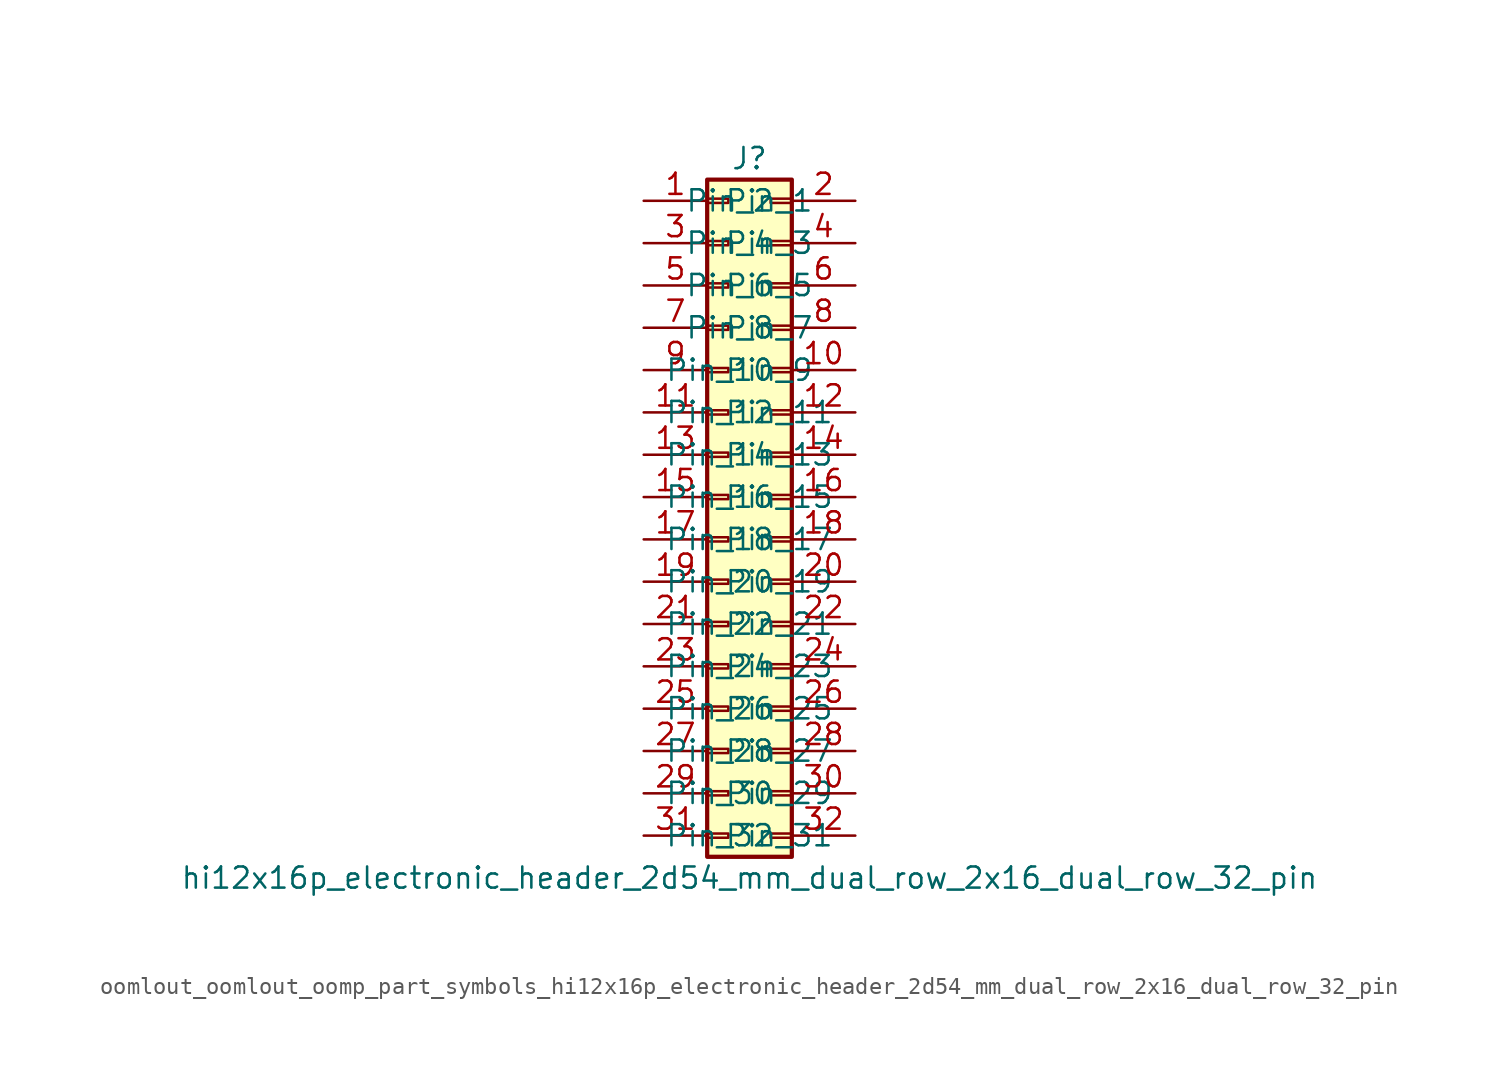
<source format=kicad_sym>
(kicad_symbol_lib
  (version 20220914)
  (generator kicad_symbol_editor)
  (symbol "oomlout_oomlout_oomp_part_symbols_hi12x16p_electronic_header_2d54_mm_dual_row_2x16_dual_row_32_pin"
    (pin_names
      (offset 1.016))
    (property "Reference" "J"
      (at 1.27 20.32 0)
      (effects (font (size 1.27 1.27))))
    (property "Value" "hi12x16p_electronic_header_2d54_mm_dual_row_2x16_dual_row_32_pin"
      (at 1.27 -22.86 0)
      (effects (font (size 1.27 1.27))))
    (symbol "oomlout_oomlout_oomp_part_symbols_hi12x16p_electronic_header_2d54_mm_dual_row_2x16_dual_row_32_pin_1_1"
      (rectangle (start -1.27 -20.193) (end 0 -20.447) (stroke (width 0.152) (type default)) (fill (type none)))
      (rectangle (start -1.27 -17.653) (end 0 -17.907) (stroke (width 0.152) (type default)) (fill (type none)))
      (rectangle (start -1.27 -15.113) (end 0 -15.367) (stroke (width 0.152) (type default)) (fill (type none)))
      (rectangle (start -1.27 -12.573) (end 0 -12.827) (stroke (width 0.152) (type default)) (fill (type none)))
      (rectangle (start -1.27 -10.033) (end 0 -10.287) (stroke (width 0.152) (type default)) (fill (type none)))
      (rectangle (start -1.27 -7.493) (end 0 -7.747) (stroke (width 0.152) (type default)) (fill (type none)))
      (rectangle (start -1.27 -4.953) (end 0 -5.207) (stroke (width 0.152) (type default)) (fill (type none)))
      (rectangle (start -1.27 -2.413) (end 0 -2.667) (stroke (width 0.152) (type default)) (fill (type none)))
      (rectangle (start -1.27 0.127) (end 0 -0.127) (stroke (width 0.152) (type default)) (fill (type none)))
      (rectangle (start -1.27 2.667) (end 0 2.413) (stroke (width 0.152) (type default)) (fill (type none)))
      (rectangle (start -1.27 5.207) (end 0 4.953) (stroke (width 0.152) (type default)) (fill (type none)))
      (rectangle (start -1.27 7.747) (end 0 7.493) (stroke (width 0.152) (type default)) (fill (type none)))
      (rectangle (start -1.27 10.287) (end 0 10.033) (stroke (width 0.152) (type default)) (fill (type none)))
      (rectangle (start -1.27 12.827) (end 0 12.573) (stroke (width 0.152) (type default)) (fill (type none)))
      (rectangle (start -1.27 15.367) (end 0 15.113) (stroke (width 0.152) (type default)) (fill (type none)))
      (rectangle (start -1.27 17.907) (end 0 17.653) (stroke (width 0.152) (type default)) (fill (type none)))
      (rectangle (start -1.27 19.05) (end 3.81 -21.59) (stroke (width 0.254) (type default)) (fill (type background)))
      (rectangle (start 3.81 -20.193) (end 2.54 -20.447) (stroke (width 0.152) (type default)) (fill (type none)))
      (rectangle (start 3.81 -17.653) (end 2.54 -17.907) (stroke (width 0.152) (type default)) (fill (type none)))
      (rectangle (start 3.81 -15.113) (end 2.54 -15.367) (stroke (width 0.152) (type default)) (fill (type none)))
      (rectangle (start 3.81 -12.573) (end 2.54 -12.827) (stroke (width 0.152) (type default)) (fill (type none)))
      (rectangle (start 3.81 -10.033) (end 2.54 -10.287) (stroke (width 0.152) (type default)) (fill (type none)))
      (rectangle (start 3.81 -7.493) (end 2.54 -7.747) (stroke (width 0.152) (type default)) (fill (type none)))
      (rectangle (start 3.81 -4.953) (end 2.54 -5.207) (stroke (width 0.152) (type default)) (fill (type none)))
      (rectangle (start 3.81 -2.413) (end 2.54 -2.667) (stroke (width 0.152) (type default)) (fill (type none)))
      (rectangle (start 3.81 0.127) (end 2.54 -0.127) (stroke (width 0.152) (type default)) (fill (type none)))
      (rectangle (start 3.81 2.667) (end 2.54 2.413) (stroke (width 0.152) (type default)) (fill (type none)))
      (rectangle (start 3.81 5.207) (end 2.54 4.953) (stroke (width 0.152) (type default)) (fill (type none)))
      (rectangle (start 3.81 7.747) (end 2.54 7.493) (stroke (width 0.152) (type default)) (fill (type none)))
      (rectangle (start 3.81 10.287) (end 2.54 10.033) (stroke (width 0.152) (type default)) (fill (type none)))
      (rectangle (start 3.81 12.827) (end 2.54 12.573) (stroke (width 0.152) (type default)) (fill (type none)))
      (rectangle (start 3.81 15.367) (end 2.54 15.113) (stroke (width 0.152) (type default)) (fill (type none)))
      (rectangle (start 3.81 17.907) (end 2.54 17.653) (stroke (width 0.152) (type default)) (fill (type none)))
      (pin passive line (at -5.08 17.78 0) (length 3.81) (name "Pin_1" (effects (font (size 1.27 1.27)))) (number "1" (effects (font (size 1.27 1.27)))))
      (pin passive line (at 7.62 7.62 180) (length 3.81) (name "Pin_10" (effects (font (size 1.27 1.27)))) (number "10" (effects (font (size 1.27 1.27)))))
      (pin passive line (at -5.08 5.08 0) (length 3.81) (name "Pin_11" (effects (font (size 1.27 1.27)))) (number "11" (effects (font (size 1.27 1.27)))))
      (pin passive line (at 7.62 5.08 180) (length 3.81) (name "Pin_12" (effects (font (size 1.27 1.27)))) (number "12" (effects (font (size 1.27 1.27)))))
      (pin passive line (at -5.08 2.54 0) (length 3.81) (name "Pin_13" (effects (font (size 1.27 1.27)))) (number "13" (effects (font (size 1.27 1.27)))))
      (pin passive line (at 7.62 2.54 180) (length 3.81) (name "Pin_14" (effects (font (size 1.27 1.27)))) (number "14" (effects (font (size 1.27 1.27)))))
      (pin passive line (at -5.08 0 0) (length 3.81) (name "Pin_15" (effects (font (size 1.27 1.27)))) (number "15" (effects (font (size 1.27 1.27)))))
      (pin passive line (at 7.62 0 180) (length 3.81) (name "Pin_16" (effects (font (size 1.27 1.27)))) (number "16" (effects (font (size 1.27 1.27)))))
      (pin passive line (at -5.08 -2.54 0) (length 3.81) (name "Pin_17" (effects (font (size 1.27 1.27)))) (number "17" (effects (font (size 1.27 1.27)))))
      (pin passive line (at 7.62 -2.54 180) (length 3.81) (name "Pin_18" (effects (font (size 1.27 1.27)))) (number "18" (effects (font (size 1.27 1.27)))))
      (pin passive line (at -5.08 -5.08 0) (length 3.81) (name "Pin_19" (effects (font (size 1.27 1.27)))) (number "19" (effects (font (size 1.27 1.27)))))
      (pin passive line (at 7.62 17.78 180) (length 3.81) (name "Pin_2" (effects (font (size 1.27 1.27)))) (number "2" (effects (font (size 1.27 1.27)))))
      (pin passive line (at 7.62 -5.08 180) (length 3.81) (name "Pin_20" (effects (font (size 1.27 1.27)))) (number "20" (effects (font (size 1.27 1.27)))))
      (pin passive line (at -5.08 -7.62 0) (length 3.81) (name "Pin_21" (effects (font (size 1.27 1.27)))) (number "21" (effects (font (size 1.27 1.27)))))
      (pin passive line (at 7.62 -7.62 180) (length 3.81) (name "Pin_22" (effects (font (size 1.27 1.27)))) (number "22" (effects (font (size 1.27 1.27)))))
      (pin passive line (at -5.08 -10.16 0) (length 3.81) (name "Pin_23" (effects (font (size 1.27 1.27)))) (number "23" (effects (font (size 1.27 1.27)))))
      (pin passive line (at 7.62 -10.16 180) (length 3.81) (name "Pin_24" (effects (font (size 1.27 1.27)))) (number "24" (effects (font (size 1.27 1.27)))))
      (pin passive line (at -5.08 -12.7 0) (length 3.81) (name "Pin_25" (effects (font (size 1.27 1.27)))) (number "25" (effects (font (size 1.27 1.27)))))
      (pin passive line (at 7.62 -12.7 180) (length 3.81) (name "Pin_26" (effects (font (size 1.27 1.27)))) (number "26" (effects (font (size 1.27 1.27)))))
      (pin passive line (at -5.08 -15.24 0) (length 3.81) (name "Pin_27" (effects (font (size 1.27 1.27)))) (number "27" (effects (font (size 1.27 1.27)))))
      (pin passive line (at 7.62 -15.24 180) (length 3.81) (name "Pin_28" (effects (font (size 1.27 1.27)))) (number "28" (effects (font (size 1.27 1.27)))))
      (pin passive line (at -5.08 -17.78 0) (length 3.81) (name "Pin_29" (effects (font (size 1.27 1.27)))) (number "29" (effects (font (size 1.27 1.27)))))
      (pin passive line (at -5.08 15.24 0) (length 3.81) (name "Pin_3" (effects (font (size 1.27 1.27)))) (number "3" (effects (font (size 1.27 1.27)))))
      (pin passive line (at 7.62 -17.78 180) (length 3.81) (name "Pin_30" (effects (font (size 1.27 1.27)))) (number "30" (effects (font (size 1.27 1.27)))))
      (pin passive line (at -5.08 -20.32 0) (length 3.81) (name "Pin_31" (effects (font (size 1.27 1.27)))) (number "31" (effects (font (size 1.27 1.27)))))
      (pin passive line (at 7.62 -20.32 180) (length 3.81) (name "Pin_32" (effects (font (size 1.27 1.27)))) (number "32" (effects (font (size 1.27 1.27)))))
      (pin passive line (at 7.62 15.24 180) (length 3.81) (name "Pin_4" (effects (font (size 1.27 1.27)))) (number "4" (effects (font (size 1.27 1.27)))))
      (pin passive line (at -5.08 12.7 0) (length 3.81) (name "Pin_5" (effects (font (size 1.27 1.27)))) (number "5" (effects (font (size 1.27 1.27)))))
      (pin passive line (at 7.62 12.7 180) (length 3.81) (name "Pin_6" (effects (font (size 1.27 1.27)))) (number "6" (effects (font (size 1.27 1.27)))))
      (pin passive line (at -5.08 10.16 0) (length 3.81) (name "Pin_7" (effects (font (size 1.27 1.27)))) (number "7" (effects (font (size 1.27 1.27)))))
      (pin passive line (at 7.62 10.16 180) (length 3.81) (name "Pin_8" (effects (font (size 1.27 1.27)))) (number "8" (effects (font (size 1.27 1.27)))))
      (pin passive line (at -5.08 7.62 0) (length 3.81) (name "Pin_9" (effects (font (size 1.27 1.27)))) (number "9" (effects (font (size 1.27 1.27))))))))
</source>
